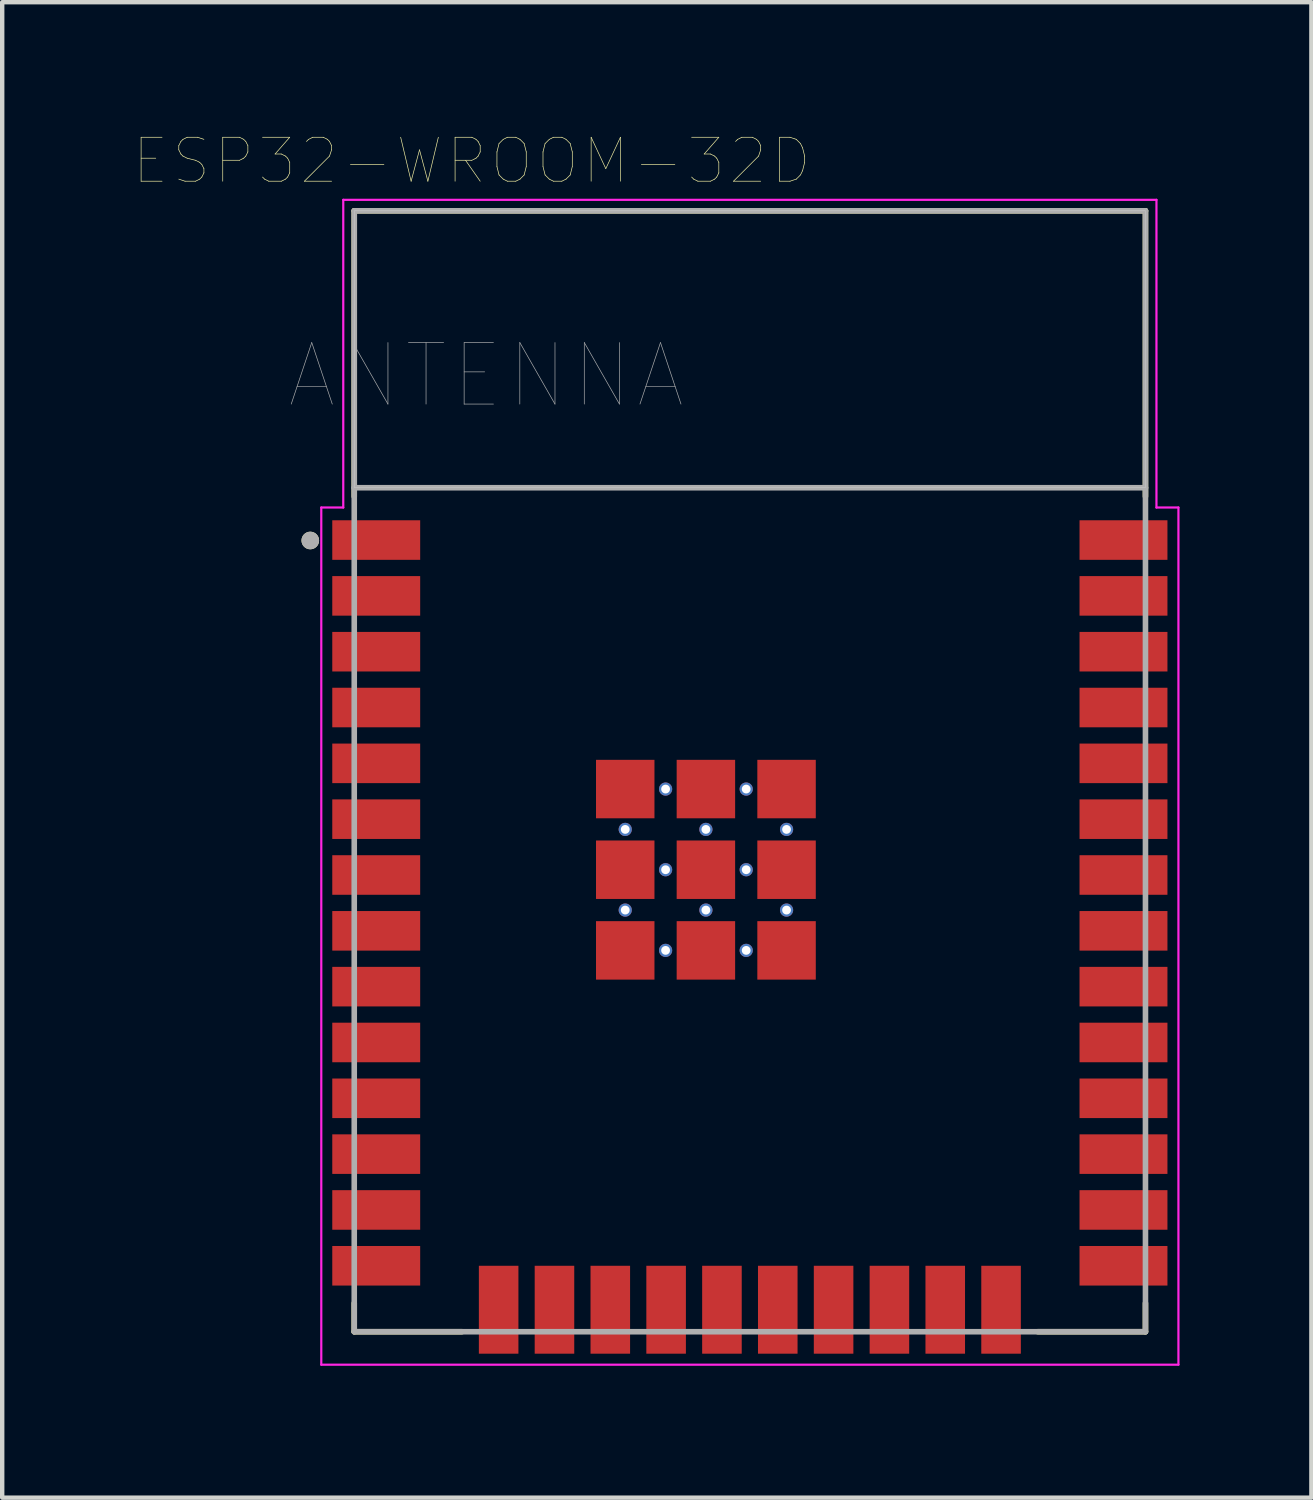
<source format=kicad_pcb>
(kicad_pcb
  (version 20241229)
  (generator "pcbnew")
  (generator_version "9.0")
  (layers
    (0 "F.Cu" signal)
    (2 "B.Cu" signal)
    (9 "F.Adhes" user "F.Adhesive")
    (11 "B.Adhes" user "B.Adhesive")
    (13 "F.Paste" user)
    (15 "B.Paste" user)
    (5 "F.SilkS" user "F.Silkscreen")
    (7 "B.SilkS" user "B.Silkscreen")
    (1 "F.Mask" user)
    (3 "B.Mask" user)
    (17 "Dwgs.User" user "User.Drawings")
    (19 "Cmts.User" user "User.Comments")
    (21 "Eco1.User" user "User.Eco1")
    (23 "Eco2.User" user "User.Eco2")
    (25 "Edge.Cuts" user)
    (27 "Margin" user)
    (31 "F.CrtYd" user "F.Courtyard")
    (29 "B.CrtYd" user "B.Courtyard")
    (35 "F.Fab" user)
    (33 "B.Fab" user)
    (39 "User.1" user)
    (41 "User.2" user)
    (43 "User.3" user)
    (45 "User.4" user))
  (footprint "ESP32-WROOM-32D"
    (layer "F.Cu")
    (at 14.009 14.496)
    (property "Reference" "ESP32-WROOM-32D" (at -6.325 -13.885 0) (layer "F.SilkS") (effects (font (size 1 1) (thickness 0.015))))
    (attr through_hole)
    (fp_line (start -9 -12.75) (end 9 -12.75) (stroke (width 0.127) (type solid)) (layer "F.SilkS"))
    (fp_line (start -9 -6.25) (end -9 -12.75) (stroke (width 0.127) (type solid)) (layer "F.SilkS"))
    (fp_line (start -9 12.1) (end -9 12.75) (stroke (width 0.127) (type solid)) (layer "F.SilkS"))
    (fp_line (start -9 12.75) (end -6.55 12.75) (stroke (width 0.127) (type solid)) (layer "F.SilkS"))
    (fp_line (start 6.55 12.75) (end 9 12.75) (stroke (width 0.127) (type solid)) (layer "F.SilkS"))
    (fp_line (start 9 -12.75) (end 9 -6.25) (stroke (width 0.127) (type solid)) (layer "F.SilkS"))
    (fp_line (start 9 12.75) (end 9 12.1) (stroke (width 0.127) (type solid)) (layer "F.SilkS"))
    (fp_circle (center -10 -5.25) (end -9.9 -5.25) (stroke (width 0.2) (type solid)) (fill no) (layer "F.SilkS"))
    (fp_poly (pts (xy -9 -12.75) (xy 9 -12.75) (xy 9 -6.45) (xy -9 -6.45)) (stroke (width 0.01) (type solid)) (fill no) (layer "Dwgs.User"))
    (fp_poly (pts (xy -9 -12.75) (xy 9 -12.75) (xy 9 -6.45) (xy -9 -6.45)) (stroke (width 0.01) (type solid)) (fill no) (layer "Dwgs.User"))
    (fp_line (start -9.75 -6) (end -9.25 -6) (stroke (width 0.05) (type solid)) (layer "F.CrtYd"))
    (fp_line (start -9.75 13.5) (end -9.75 -6) (stroke (width 0.05) (type solid)) (layer "F.CrtYd"))
    (fp_line (start -9.25 -13) (end 9.25 -13) (stroke (width 0.05) (type solid)) (layer "F.CrtYd"))
    (fp_line (start -9.25 -6) (end -9.25 -13) (stroke (width 0.05) (type solid)) (layer "F.CrtYd"))
    (fp_line (start 9.25 -13) (end 9.25 -6) (stroke (width 0.05) (type solid)) (layer "F.CrtYd"))
    (fp_line (start 9.25 -6) (end 9.75 -6) (stroke (width 0.05) (type solid)) (layer "F.CrtYd"))
    (fp_line (start 9.75 -6) (end 9.75 13.5) (stroke (width 0.05) (type solid)) (layer "F.CrtYd"))
    (fp_line (start 9.75 13.5) (end -9.75 13.5) (stroke (width 0.05) (type solid)) (layer "F.CrtYd"))
    (fp_line (start -9 -12.75) (end -9 -6.45) (stroke (width 0.127) (type solid)) (layer "F.Fab"))
    (fp_line (start -9 -12.75) (end 9 -12.75) (stroke (width 0.127) (type solid)) (layer "F.Fab"))
    (fp_line (start -9 -6.45) (end 9 -6.45) (stroke (width 0.127) (type solid)) (layer "F.Fab"))
    (fp_line (start -9 12.75) (end -9 -6.45) (stroke (width 0.127) (type solid)) (layer "F.Fab"))
    (fp_line (start 9 -12.75) (end 9 -6.45) (stroke (width 0.127) (type solid)) (layer "F.Fab"))
    (fp_line (start 9 -6.45) (end 9 12.75) (stroke (width 0.127) (type solid)) (layer "F.Fab"))
    (fp_line (start 9 12.75) (end -9 12.75) (stroke (width 0.127) (type solid)) (layer "F.Fab"))
    (fp_circle (center -10 -5.25) (end -9.9 -5.25) (stroke (width 0.2) (type solid)) (fill no) (layer "F.Fab"))
    (fp_text user "ANTENNA" (at -6 -9 0) (layer "F.Fab") (effects (font (size 1.4 1.4) (thickness 0.015))))
    (pad "1" smd rect (at -8.5 -5.26) (size 2 0.9) (layers "F.Cu" "F.Mask" "F.Paste"))
    (pad "2" smd rect (at -8.5 -3.99) (size 2 0.9) (layers "F.Cu" "F.Mask" "F.Paste"))
    (pad "3" smd rect (at -8.5 -2.72) (size 2 0.9) (layers "F.Cu" "F.Mask" "F.Paste"))
    (pad "4" smd rect (at -8.5 -1.45) (size 2 0.9) (layers "F.Cu" "F.Mask" "F.Paste"))
    (pad "5" smd rect (at -8.5 -0.18) (size 2 0.9) (layers "F.Cu" "F.Mask" "F.Paste"))
    (pad "6" smd rect (at -8.5 1.09) (size 2 0.9) (layers "F.Cu" "F.Mask" "F.Paste"))
    (pad "7" smd rect (at -8.5 2.36) (size 2 0.9) (layers "F.Cu" "F.Mask" "F.Paste"))
    (pad "8" smd rect (at -8.5 3.63) (size 2 0.9) (layers "F.Cu" "F.Mask" "F.Paste"))
    (pad "9" smd rect (at -8.5 4.9) (size 2 0.9) (layers "F.Cu" "F.Mask" "F.Paste"))
    (pad "10" smd rect (at -8.5 6.17) (size 2 0.9) (layers "F.Cu" "F.Mask" "F.Paste"))
    (pad "11" smd rect (at -8.5 7.44) (size 2 0.9) (layers "F.Cu" "F.Mask" "F.Paste"))
    (pad "12" smd rect (at -8.5 8.71) (size 2 0.9) (layers "F.Cu" "F.Mask" "F.Paste"))
    (pad "13" smd rect (at -8.5 9.98) (size 2 0.9) (layers "F.Cu" "F.Mask" "F.Paste"))
    (pad "14" smd rect (at -8.5 11.25) (size 2 0.9) (layers "F.Cu" "F.Mask" "F.Paste"))
    (pad "15" smd rect (at -5.715 12.25) (size 0.9 2) (layers "F.Cu" "F.Mask" "F.Paste"))
    (pad "16" smd rect (at -4.445 12.25) (size 0.9 2) (layers "F.Cu" "F.Mask" "F.Paste"))
    (pad "17" smd rect (at -3.175 12.25) (size 0.9 2) (layers "F.Cu" "F.Mask" "F.Paste"))
    (pad "18" smd rect (at -1.905 12.25) (size 0.9 2) (layers "F.Cu" "F.Mask" "F.Paste"))
    (pad "19" smd rect (at -0.635 12.25) (size 0.9 2) (layers "F.Cu" "F.Mask" "F.Paste"))
    (pad "20" smd rect (at 0.635 12.25) (size 0.9 2) (layers "F.Cu" "F.Mask" "F.Paste"))
    (pad "21" smd rect (at 1.905 12.25) (size 0.9 2) (layers "F.Cu" "F.Mask" "F.Paste"))
    (pad "22" smd rect (at 3.175 12.25) (size 0.9 2) (layers "F.Cu" "F.Mask" "F.Paste"))
    (pad "23" smd rect (at 4.445 12.25) (size 0.9 2) (layers "F.Cu" "F.Mask" "F.Paste"))
    (pad "24" smd rect (at 5.715 12.25) (size 0.9 2) (layers "F.Cu" "F.Mask" "F.Paste"))
    (pad "25" smd rect (at 8.5 11.25) (size 2 0.9) (layers "F.Cu" "F.Mask" "F.Paste"))
    (pad "26" smd rect (at 8.5 9.98) (size 2 0.9) (layers "F.Cu" "F.Mask" "F.Paste"))
    (pad "27" smd rect (at 8.5 8.71) (size 2 0.9) (layers "F.Cu" "F.Mask" "F.Paste"))
    (pad "28" smd rect (at 8.5 7.44) (size 2 0.9) (layers "F.Cu" "F.Mask" "F.Paste"))
    (pad "29" smd rect (at 8.5 6.17) (size 2 0.9) (layers "F.Cu" "F.Mask" "F.Paste"))
    (pad "30" smd rect (at 8.5 4.9) (size 2 0.9) (layers "F.Cu" "F.Mask" "F.Paste"))
    (pad "31" smd rect (at 8.5 3.63) (size 2 0.9) (layers "F.Cu" "F.Mask" "F.Paste"))
    (pad "32" smd rect (at 8.5 2.36) (size 2 0.9) (layers "F.Cu" "F.Mask" "F.Paste"))
    (pad "33" smd rect (at 8.5 1.09) (size 2 0.9) (layers "F.Cu" "F.Mask" "F.Paste"))
    (pad "34" smd rect (at 8.5 -0.18) (size 2 0.9) (layers "F.Cu" "F.Mask" "F.Paste"))
    (pad "35" smd rect (at 8.5 -1.45) (size 2 0.9) (layers "F.Cu" "F.Mask" "F.Paste"))
    (pad "36" smd rect (at 8.5 -2.72) (size 2 0.9) (layers "F.Cu" "F.Mask" "F.Paste"))
    (pad "37" smd rect (at 8.5 -3.99) (size 2 0.9) (layers "F.Cu" "F.Mask" "F.Paste"))
    (pad "38" smd rect (at 8.5 -5.26) (size 2 0.9) (layers "F.Cu" "F.Mask" "F.Paste"))
    (pad "39_1" smd rect (at -2.835 0.405) (size 1.33 1.33) (layers "F.Cu" "F.Mask" "F.Paste"))
    (pad "39_2" smd rect (at -1 0.405) (size 1.33 1.33) (layers "F.Cu" "F.Mask" "F.Paste"))
    (pad "39_3" smd rect (at 0.835 0.405) (size 1.33 1.33) (layers "F.Cu" "F.Mask" "F.Paste"))
    (pad "39_4" smd rect (at -2.835 2.24) (size 1.33 1.33) (layers "F.Cu" "F.Mask" "F.Paste"))
    (pad "39_5" smd rect (at -1 2.24) (size 1.33 1.33) (layers "F.Cu" "F.Mask" "F.Paste"))
    (pad "39_6" smd rect (at 0.835 2.24) (size 1.33 1.33) (layers "F.Cu" "F.Mask" "F.Paste"))
    (pad "39_7" smd rect (at -2.835 4.075) (size 1.33 1.33) (layers "F.Cu" "F.Mask" "F.Paste"))
    (pad "39_8" smd rect (at -1 4.075) (size 1.33 1.33) (layers "F.Cu" "F.Mask" "F.Paste"))
    (pad "39_9" smd rect (at 0.835 4.075) (size 1.33 1.33) (layers "F.Cu" "F.Mask" "F.Paste"))
    (pad "39_10" thru_hole circle (at -1.917 0.405) (size 0.3 0.3) (drill 0.2) (layers "*.Cu" "*.Mask"))
    (pad "39_11" thru_hole circle (at -0.083 0.405) (size 0.3 0.3) (drill 0.2) (layers "*.Cu" "*.Mask"))
    (pad "39_12" thru_hole circle (at -2.835 1.323) (size 0.3 0.3) (drill 0.2) (layers "*.Cu" "*.Mask"))
    (pad "39_13" thru_hole circle (at -1 1.323) (size 0.3 0.3) (drill 0.2) (layers "*.Cu" "*.Mask"))
    (pad "39_14" thru_hole circle (at 0.835 1.323) (size 0.3 0.3) (drill 0.2) (layers "*.Cu" "*.Mask"))
    (pad "39_15" thru_hole circle (at -1.917 2.24) (size 0.3 0.3) (drill 0.2) (layers "*.Cu" "*.Mask"))
    (pad "39_16" thru_hole circle (at -0.083 2.24) (size 0.3 0.3) (drill 0.2) (layers "*.Cu" "*.Mask"))
    (pad "39_17" thru_hole circle (at -2.835 3.158) (size 0.3 0.3) (drill 0.2) (layers "*.Cu" "*.Mask"))
    (pad "39_18" thru_hole circle (at -1 3.158) (size 0.3 0.3) (drill 0.2) (layers "*.Cu" "*.Mask"))
    (pad "39_19" thru_hole circle (at 0.835 3.158) (size 0.3 0.3) (drill 0.2) (layers "*.Cu" "*.Mask"))
    (pad "39_20" thru_hole circle (at -1.917 4.075) (size 0.3 0.3) (drill 0.2) (layers "*.Cu" "*.Mask"))
    (pad "39_21" thru_hole circle (at -0.083 4.075) (size 0.3 0.3) (drill 0.2) (layers "*.Cu" "*.Mask")))
  (gr_rect
    (start -3 -3)
    (end 26.784 31.021)
    (stroke (width 0.1) (type default))
    (fill no)
    (layer "Edge.Cuts")))
</source>
